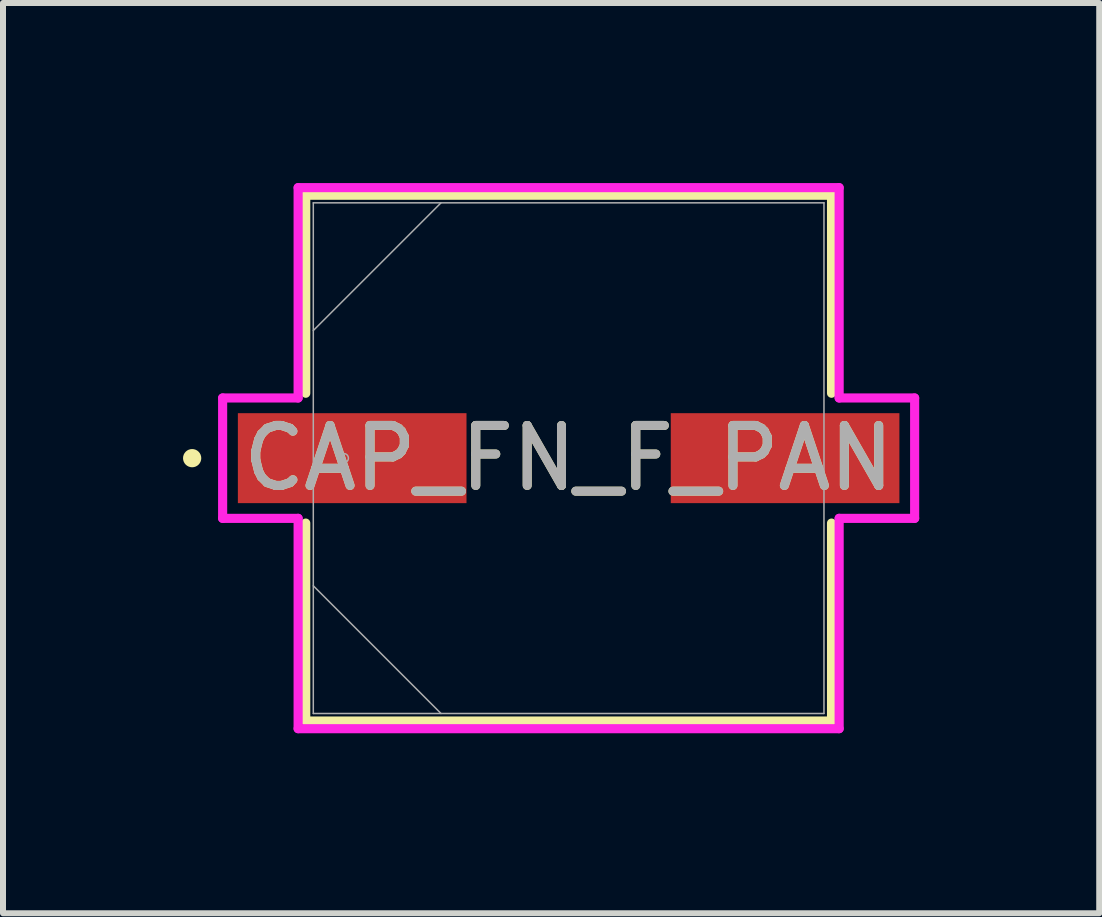
<source format=kicad_pcb>
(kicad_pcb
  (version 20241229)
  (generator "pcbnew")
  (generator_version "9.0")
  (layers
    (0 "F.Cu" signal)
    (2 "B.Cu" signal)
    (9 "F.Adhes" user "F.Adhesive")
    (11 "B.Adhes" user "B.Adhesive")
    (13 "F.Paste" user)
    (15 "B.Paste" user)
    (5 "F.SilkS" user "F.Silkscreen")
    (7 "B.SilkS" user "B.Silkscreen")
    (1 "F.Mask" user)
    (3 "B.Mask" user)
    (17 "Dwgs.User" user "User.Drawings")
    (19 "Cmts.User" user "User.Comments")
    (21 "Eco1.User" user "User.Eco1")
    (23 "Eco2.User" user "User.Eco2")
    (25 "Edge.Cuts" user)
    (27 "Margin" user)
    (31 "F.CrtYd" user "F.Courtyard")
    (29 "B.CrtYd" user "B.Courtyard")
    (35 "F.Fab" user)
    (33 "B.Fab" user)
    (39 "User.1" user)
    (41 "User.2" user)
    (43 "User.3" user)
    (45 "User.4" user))
  (footprint "CAP_FN_F_PAN"
    (layer "F.Cu")
    (at 6.426 4.585)
    (property "Reference" "CAP_FN_F_PAN" (at 0 0 0) (unlocked yes) (layer "F.SilkS") (effects (font (size 1 1) (thickness 0.15))))
    (attr smd)
    (fp_line (start -4.381 -4.381) (end -4.381 -1.082) (stroke (width 0.152) (type solid)) (layer "F.SilkS"))
    (fp_line (start -4.381 1.082) (end -4.381 4.381) (stroke (width 0.152) (type solid)) (layer "F.SilkS"))
    (fp_line (start -4.381 4.381) (end 4.381 4.381) (stroke (width 0.152) (type solid)) (layer "F.SilkS"))
    (fp_line (start 4.381 -4.381) (end -4.381 -4.381) (stroke (width 0.152) (type solid)) (layer "F.SilkS"))
    (fp_line (start 4.381 -1.082) (end 4.381 -4.381) (stroke (width 0.152) (type solid)) (layer "F.SilkS"))
    (fp_line (start 4.381 4.381) (end 4.381 1.082) (stroke (width 0.152) (type solid)) (layer "F.SilkS"))
    (fp_circle (center -6.274 0) (end -6.198 0) (stroke (width 0.152) (type solid)) (fill no) (layer "F.SilkS"))
    (fp_line (start -5.766 -1.003) (end -4.508 -1.003) (stroke (width 0.152) (type solid)) (layer "F.CrtYd"))
    (fp_line (start -5.766 1.003) (end -5.766 -1.003) (stroke (width 0.152) (type solid)) (layer "F.CrtYd"))
    (fp_line (start -4.508 -4.508) (end 4.508 -4.508) (stroke (width 0.152) (type solid)) (layer "F.CrtYd"))
    (fp_line (start -4.508 -1.003) (end -4.508 -4.508) (stroke (width 0.152) (type solid)) (layer "F.CrtYd"))
    (fp_line (start -4.508 1.003) (end -5.766 1.003) (stroke (width 0.152) (type solid)) (layer "F.CrtYd"))
    (fp_line (start -4.508 4.508) (end -4.508 1.003) (stroke (width 0.152) (type solid)) (layer "F.CrtYd"))
    (fp_line (start 4.508 -4.508) (end 4.508 -1.003) (stroke (width 0.152) (type solid)) (layer "F.CrtYd"))
    (fp_line (start 4.508 -1.003) (end 5.766 -1.003) (stroke (width 0.152) (type solid)) (layer "F.CrtYd"))
    (fp_line (start 4.508 1.003) (end 4.508 4.508) (stroke (width 0.152) (type solid)) (layer "F.CrtYd"))
    (fp_line (start 4.508 4.508) (end -4.508 4.508) (stroke (width 0.152) (type solid)) (layer "F.CrtYd"))
    (fp_line (start 5.766 -1.003) (end 5.766 1.003) (stroke (width 0.152) (type solid)) (layer "F.CrtYd"))
    (fp_line (start 5.766 1.003) (end 4.508 1.003) (stroke (width 0.152) (type solid)) (layer "F.CrtYd"))
    (fp_line (start -4.255 -4.255) (end -4.255 4.255) (stroke (width 0.025) (type solid)) (layer "F.Fab"))
    (fp_line (start -4.255 -2.127) (end -2.127 -4.255) (stroke (width 0.025) (type solid)) (layer "F.Fab"))
    (fp_line (start -4.255 2.127) (end -2.127 4.255) (stroke (width 0.025) (type solid)) (layer "F.Fab"))
    (fp_line (start -4.255 4.255) (end 4.255 4.255) (stroke (width 0.025) (type solid)) (layer "F.Fab"))
    (fp_line (start 4.255 -4.255) (end -4.255 -4.255) (stroke (width 0.025) (type solid)) (layer "F.Fab"))
    (fp_line (start 4.255 4.255) (end 4.255 -4.255) (stroke (width 0.025) (type solid)) (layer "F.Fab"))
    (fp_circle (center -3.747 0) (end -3.67 0) (stroke (width 0.025) (type solid)) (fill no) (layer "F.Fab"))
    (fp_text user "${REFERENCE}" (at 0 0 0) (unlocked yes) (layer "F.Fab") (effects (font (size 1 1) (thickness 0.15))))
    (pad "1" smd rect (at -3.607 0) (size 3.81 1.499) (layers "F.Cu" "F.Mask" "F.Paste"))
    (pad "2" smd rect (at 3.607 0) (size 3.81 1.499) (layers "F.Cu" "F.Mask" "F.Paste"))
    (zone (net_name "") (layer "F.Cu") (hatch full 0.508) (connect_pads) (min_thickness 0.254) (filled_areas_thickness no) (keepout (tracks not_allowed) (vias not_allowed) (pads allowed) (copperpour not_allowed) (footprints allowed)) (placement (enabled no)) (fill) (polygon (pts (xy 2.223 0.381) (xy 10.63 0.381) (xy 10.63 3.785) (xy 2.223 3.785))))
    (zone (net_name "") (layer "F.Cu") (hatch full 0.508) (connect_pads) (min_thickness 0.254) (filled_areas_thickness no) (keepout (tracks not_allowed) (vias not_allowed) (pads allowed) (copperpour not_allowed) (footprints allowed)) (placement (enabled no)) (fill) (polygon (pts (xy 2.223 5.385) (xy 10.63 5.385) (xy 10.63 8.788) (xy 2.223 8.788))))
    (zone (net_name "") (layer "F.Cu") (hatch full 0.508) (connect_pads) (min_thickness 0.254) (filled_areas_thickness no) (keepout (tracks not_allowed) (vias not_allowed) (pads allowed) (copperpour not_allowed) (footprints allowed)) (placement (enabled no)) (fill) (polygon (pts (xy 4.775 3.785) (xy 8.077 3.785) (xy 8.077 5.385) (xy 4.775 5.385)))))
  (gr_rect
    (start -3 -3)
    (end 15.268 12.169)
    (stroke (width 0.1) (type default))
    (fill no)
    (layer "Edge.Cuts")))
</source>
